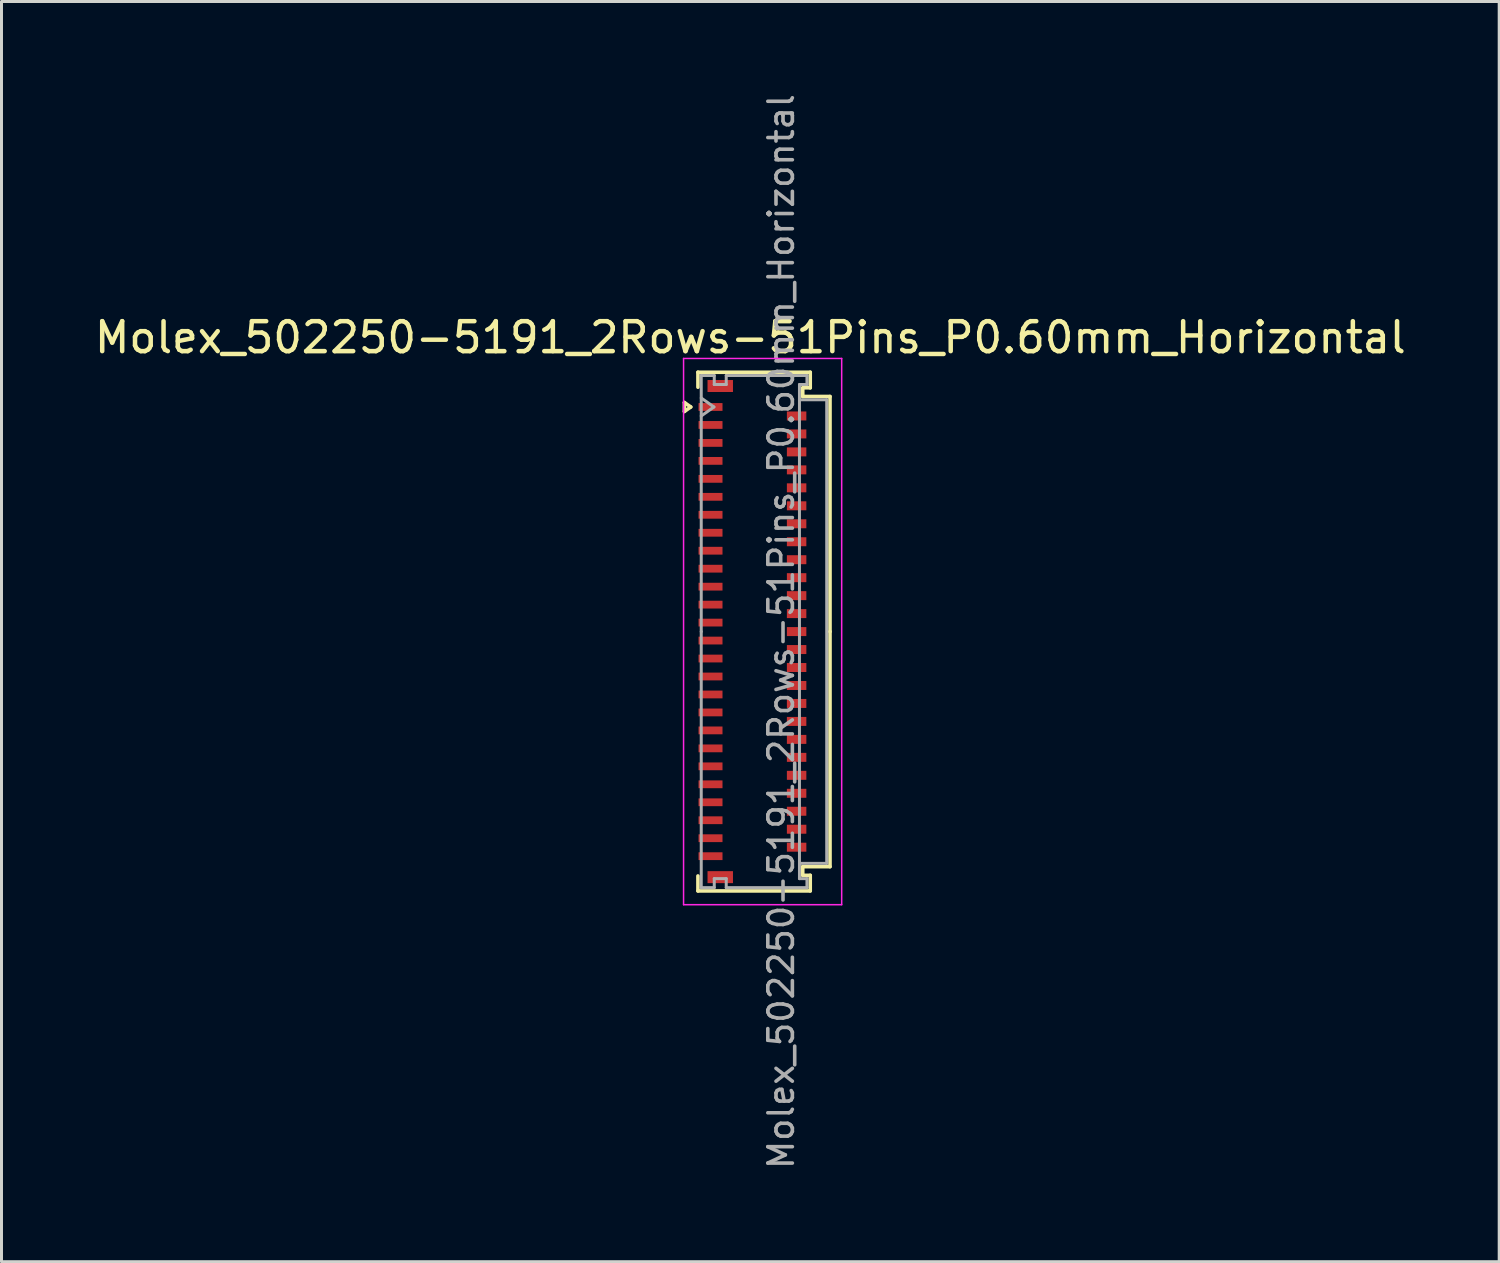
<source format=kicad_pcb>
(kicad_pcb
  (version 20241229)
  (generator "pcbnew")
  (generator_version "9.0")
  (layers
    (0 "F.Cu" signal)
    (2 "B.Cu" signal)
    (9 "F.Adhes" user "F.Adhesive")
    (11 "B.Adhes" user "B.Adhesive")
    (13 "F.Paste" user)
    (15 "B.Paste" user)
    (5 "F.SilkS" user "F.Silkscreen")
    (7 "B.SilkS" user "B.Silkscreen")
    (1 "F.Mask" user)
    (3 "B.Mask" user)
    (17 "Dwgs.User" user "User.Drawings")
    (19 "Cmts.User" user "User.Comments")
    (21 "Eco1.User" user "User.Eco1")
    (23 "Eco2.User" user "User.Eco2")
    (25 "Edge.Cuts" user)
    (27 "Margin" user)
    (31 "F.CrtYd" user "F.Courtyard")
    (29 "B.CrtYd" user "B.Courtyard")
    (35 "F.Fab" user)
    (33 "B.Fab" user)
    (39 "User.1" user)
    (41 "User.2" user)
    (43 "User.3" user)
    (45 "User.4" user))
  (footprint "Molex_502250-5191_2Rows-51Pins_P0.60mm_Horizontal"
    (layer "F.Cu")
    (at 22.076 18.04)
    (property "Reference" "Molex_502250-5191_2Rows-51Pins_P0.60mm_Horizontal" (at -0.07 -9.82 0) (layer "F.SilkS") (effects (font (size 1 1) (thickness 0.15))))
    (attr smd)
    (fp_line (start -2.272 -7.65) (end -2.06 -7.5) (stroke (width 0.12) (type solid)) (layer "F.SilkS"))
    (fp_line (start -2.272 -7.35) (end -2.272 -7.65) (stroke (width 0.12) (type solid)) (layer "F.SilkS"))
    (fp_line (start -2.06 -7.5) (end -2.272 -7.35) (stroke (width 0.12) (type solid)) (layer "F.SilkS"))
    (fp_line (start -1.82 -8.66) (end 1.93 -8.66) (stroke (width 0.12) (type solid)) (layer "F.SilkS"))
    (fp_line (start -1.82 -8.16) (end -1.82 -8.66) (stroke (width 0.12) (type solid)) (layer "F.SilkS"))
    (fp_line (start -1.82 8.16) (end -1.82 8.66) (stroke (width 0.12) (type solid)) (layer "F.SilkS"))
    (fp_line (start -1.82 8.66) (end 1.93 8.66) (stroke (width 0.12) (type solid)) (layer "F.SilkS"))
    (fp_line (start 1.68 -8.14) (end 1.68 -7.85) (stroke (width 0.12) (type solid)) (layer "F.SilkS"))
    (fp_line (start 1.68 -7.85) (end 2.59 -7.85) (stroke (width 0.12) (type solid)) (layer "F.SilkS"))
    (fp_line (start 1.68 7.85) (end 2.59 7.85) (stroke (width 0.12) (type solid)) (layer "F.SilkS"))
    (fp_line (start 1.68 8.14) (end 1.68 7.85) (stroke (width 0.12) (type solid)) (layer "F.SilkS"))
    (fp_line (start 1.93 -8.66) (end 1.93 -8.14) (stroke (width 0.12) (type solid)) (layer "F.SilkS"))
    (fp_line (start 1.93 -8.14) (end 1.68 -8.14) (stroke (width 0.12) (type solid)) (layer "F.SilkS"))
    (fp_line (start 1.93 8.14) (end 1.68 8.14) (stroke (width 0.12) (type solid)) (layer "F.SilkS"))
    (fp_line (start 1.93 8.66) (end 1.93 8.14) (stroke (width 0.12) (type solid)) (layer "F.SilkS"))
    (fp_line (start 2.59 -7.85) (end 2.59 0) (stroke (width 0.12) (type solid)) (layer "F.SilkS"))
    (fp_line (start 2.59 7.85) (end 2.59 0) (stroke (width 0.12) (type solid)) (layer "F.SilkS"))
    (fp_line (start -2.3 -9.12) (end -2.3 9.12) (stroke (width 0.05) (type solid)) (layer "F.CrtYd"))
    (fp_line (start -2.3 9.12) (end 2.98 9.12) (stroke (width 0.05) (type solid)) (layer "F.CrtYd"))
    (fp_line (start 2.98 -9.12) (end -2.3 -9.12) (stroke (width 0.05) (type solid)) (layer "F.CrtYd"))
    (fp_line (start 2.98 9.12) (end 2.98 -9.12) (stroke (width 0.05) (type solid)) (layer "F.CrtYd"))
    (fp_line (start -1.71 -8.55) (end -1.275 -8.55) (stroke (width 0.1) (type solid)) (layer "F.Fab"))
    (fp_line (start -1.71 -7.8) (end -1.286 -7.5) (stroke (width 0.1) (type solid)) (layer "F.Fab"))
    (fp_line (start -1.71 0) (end -1.71 -8.55) (stroke (width 0.1) (type solid)) (layer "F.Fab"))
    (fp_line (start -1.71 0) (end -1.71 8.55) (stroke (width 0.1) (type solid)) (layer "F.Fab"))
    (fp_line (start -1.71 8.55) (end -1.275 8.55) (stroke (width 0.1) (type solid)) (layer "F.Fab"))
    (fp_line (start -1.286 -7.5) (end -1.71 -7.2) (stroke (width 0.1) (type solid)) (layer "F.Fab"))
    (fp_line (start -1.275 -8.55) (end -1.275 -8.25) (stroke (width 0.1) (type solid)) (layer "F.Fab"))
    (fp_line (start -1.275 -8.25) (end -0.875 -8.25) (stroke (width 0.1) (type solid)) (layer "F.Fab"))
    (fp_line (start -1.275 8.25) (end -0.875 8.25) (stroke (width 0.1) (type solid)) (layer "F.Fab"))
    (fp_line (start -1.275 8.55) (end -1.275 8.25) (stroke (width 0.1) (type solid)) (layer "F.Fab"))
    (fp_line (start -0.875 -8.55) (end 1.82 -8.55) (stroke (width 0.1) (type solid)) (layer "F.Fab"))
    (fp_line (start -0.875 -8.25) (end -0.875 -8.55) (stroke (width 0.1) (type solid)) (layer "F.Fab"))
    (fp_line (start -0.875 8.25) (end -0.875 8.55) (stroke (width 0.1) (type solid)) (layer "F.Fab"))
    (fp_line (start -0.875 8.55) (end 1.82 8.55) (stroke (width 0.1) (type solid)) (layer "F.Fab"))
    (fp_line (start 1.57 -8.25) (end 1.57 0) (stroke (width 0.1) (type solid)) (layer "F.Fab"))
    (fp_line (start 1.57 -7.74) (end 2.48 -7.74) (stroke (width 0.1) (type solid)) (layer "F.Fab"))
    (fp_line (start 1.57 8.25) (end 1.57 0) (stroke (width 0.1) (type solid)) (layer "F.Fab"))
    (fp_line (start 1.82 -8.55) (end 1.82 -8.25) (stroke (width 0.1) (type solid)) (layer "F.Fab"))
    (fp_line (start 1.82 -8.25) (end 1.57 -8.25) (stroke (width 0.1) (type solid)) (layer "F.Fab"))
    (fp_line (start 1.82 8.25) (end 1.57 8.25) (stroke (width 0.1) (type solid)) (layer "F.Fab"))
    (fp_line (start 1.82 8.55) (end 1.82 8.25) (stroke (width 0.1) (type solid)) (layer "F.Fab"))
    (fp_line (start 2.48 -7.74) (end 2.48 7.74) (stroke (width 0.1) (type solid)) (layer "F.Fab"))
    (fp_line (start 2.48 7.74) (end 1.57 7.74) (stroke (width 0.1) (type solid)) (layer "F.Fab"))
    (fp_text user "${REFERENCE}" (at 0.96 0 90) (layer "F.Fab") (effects (font (size 0.82 0.82) (thickness 0.12))))
    (pad "" smd rect (at -1.075 -8.2) (size 0.85 0.4) (layers "F.Cu" "F.Mask" "F.Paste"))
    (pad "" smd rect (at -1.075 8.2) (size 0.85 0.4) (layers "F.Cu" "F.Mask" "F.Paste"))
    (pad "1" smd rect (at -1.4 -7.5) (size 0.8 0.26) (layers "F.Cu" "F.Mask" "F.Paste"))
    (pad "2" smd rect (at 1.475 -7.2) (size 0.65 0.3) (layers "F.Cu" "F.Mask" "F.Paste"))
    (pad "3" smd rect (at -1.4 -6.9) (size 0.8 0.26) (layers "F.Cu" "F.Mask" "F.Paste"))
    (pad "4" smd rect (at 1.475 -6.6) (size 0.65 0.3) (layers "F.Cu" "F.Mask" "F.Paste"))
    (pad "5" smd rect (at -1.4 -6.3) (size 0.8 0.26) (layers "F.Cu" "F.Mask" "F.Paste"))
    (pad "6" smd rect (at 1.475 -6) (size 0.65 0.3) (layers "F.Cu" "F.Mask" "F.Paste"))
    (pad "7" smd rect (at -1.4 -5.7) (size 0.8 0.26) (layers "F.Cu" "F.Mask" "F.Paste"))
    (pad "8" smd rect (at 1.475 -5.4) (size 0.65 0.3) (layers "F.Cu" "F.Mask" "F.Paste"))
    (pad "9" smd rect (at -1.4 -5.1) (size 0.8 0.26) (layers "F.Cu" "F.Mask" "F.Paste"))
    (pad "10" smd rect (at 1.475 -4.8) (size 0.65 0.3) (layers "F.Cu" "F.Mask" "F.Paste"))
    (pad "11" smd rect (at -1.4 -4.5) (size 0.8 0.26) (layers "F.Cu" "F.Mask" "F.Paste"))
    (pad "12" smd rect (at 1.475 -4.2) (size 0.65 0.3) (layers "F.Cu" "F.Mask" "F.Paste"))
    (pad "13" smd rect (at -1.4 -3.9) (size 0.8 0.26) (layers "F.Cu" "F.Mask" "F.Paste"))
    (pad "14" smd rect (at 1.475 -3.6) (size 0.65 0.3) (layers "F.Cu" "F.Mask" "F.Paste"))
    (pad "15" smd rect (at -1.4 -3.3) (size 0.8 0.26) (layers "F.Cu" "F.Mask" "F.Paste"))
    (pad "16" smd rect (at 1.475 -3) (size 0.65 0.3) (layers "F.Cu" "F.Mask" "F.Paste"))
    (pad "17" smd rect (at -1.4 -2.7) (size 0.8 0.26) (layers "F.Cu" "F.Mask" "F.Paste"))
    (pad "18" smd rect (at 1.475 -2.4) (size 0.65 0.3) (layers "F.Cu" "F.Mask" "F.Paste"))
    (pad "19" smd rect (at -1.4 -2.1) (size 0.8 0.26) (layers "F.Cu" "F.Mask" "F.Paste"))
    (pad "20" smd rect (at 1.475 -1.8) (size 0.65 0.3) (layers "F.Cu" "F.Mask" "F.Paste"))
    (pad "21" smd rect (at -1.4 -1.5) (size 0.8 0.26) (layers "F.Cu" "F.Mask" "F.Paste"))
    (pad "22" smd rect (at 1.475 -1.2) (size 0.65 0.3) (layers "F.Cu" "F.Mask" "F.Paste"))
    (pad "23" smd rect (at -1.4 -0.9) (size 0.8 0.26) (layers "F.Cu" "F.Mask" "F.Paste"))
    (pad "24" smd rect (at 1.475 -0.6) (size 0.65 0.3) (layers "F.Cu" "F.Mask" "F.Paste"))
    (pad "25" smd rect (at -1.4 -0.3) (size 0.8 0.26) (layers "F.Cu" "F.Mask" "F.Paste"))
    (pad "26" smd rect (at 1.475 0) (size 0.65 0.3) (layers "F.Cu" "F.Mask" "F.Paste"))
    (pad "27" smd rect (at -1.4 0.3) (size 0.8 0.26) (layers "F.Cu" "F.Mask" "F.Paste"))
    (pad "28" smd rect (at 1.475 0.6) (size 0.65 0.3) (layers "F.Cu" "F.Mask" "F.Paste"))
    (pad "29" smd rect (at -1.4 0.9) (size 0.8 0.26) (layers "F.Cu" "F.Mask" "F.Paste"))
    (pad "30" smd rect (at 1.475 1.2) (size 0.65 0.3) (layers "F.Cu" "F.Mask" "F.Paste"))
    (pad "31" smd rect (at -1.4 1.5) (size 0.8 0.26) (layers "F.Cu" "F.Mask" "F.Paste"))
    (pad "32" smd rect (at 1.475 1.8) (size 0.65 0.3) (layers "F.Cu" "F.Mask" "F.Paste"))
    (pad "33" smd rect (at -1.4 2.1) (size 0.8 0.26) (layers "F.Cu" "F.Mask" "F.Paste"))
    (pad "34" smd rect (at 1.475 2.4) (size 0.65 0.3) (layers "F.Cu" "F.Mask" "F.Paste"))
    (pad "35" smd rect (at -1.4 2.7) (size 0.8 0.26) (layers "F.Cu" "F.Mask" "F.Paste"))
    (pad "36" smd rect (at 1.475 3) (size 0.65 0.3) (layers "F.Cu" "F.Mask" "F.Paste"))
    (pad "37" smd rect (at -1.4 3.3) (size 0.8 0.26) (layers "F.Cu" "F.Mask" "F.Paste"))
    (pad "38" smd rect (at 1.475 3.6) (size 0.65 0.3) (layers "F.Cu" "F.Mask" "F.Paste"))
    (pad "39" smd rect (at -1.4 3.9) (size 0.8 0.26) (layers "F.Cu" "F.Mask" "F.Paste"))
    (pad "40" smd rect (at 1.475 4.2) (size 0.65 0.3) (layers "F.Cu" "F.Mask" "F.Paste"))
    (pad "41" smd rect (at -1.4 4.5) (size 0.8 0.26) (layers "F.Cu" "F.Mask" "F.Paste"))
    (pad "42" smd rect (at 1.475 4.8) (size 0.65 0.3) (layers "F.Cu" "F.Mask" "F.Paste"))
    (pad "43" smd rect (at -1.4 5.1) (size 0.8 0.26) (layers "F.Cu" "F.Mask" "F.Paste"))
    (pad "44" smd rect (at 1.475 5.4) (size 0.65 0.3) (layers "F.Cu" "F.Mask" "F.Paste"))
    (pad "45" smd rect (at -1.4 5.7) (size 0.8 0.26) (layers "F.Cu" "F.Mask" "F.Paste"))
    (pad "46" smd rect (at 1.475 6) (size 0.65 0.3) (layers "F.Cu" "F.Mask" "F.Paste"))
    (pad "47" smd rect (at -1.4 6.3) (size 0.8 0.26) (layers "F.Cu" "F.Mask" "F.Paste"))
    (pad "48" smd rect (at 1.475 6.6) (size 0.65 0.3) (layers "F.Cu" "F.Mask" "F.Paste"))
    (pad "49" smd rect (at -1.4 6.9) (size 0.8 0.26) (layers "F.Cu" "F.Mask" "F.Paste"))
    (pad "50" smd rect (at 1.475 7.2) (size 0.65 0.3) (layers "F.Cu" "F.Mask" "F.Paste"))
    (pad "51" smd rect (at -1.4 7.5) (size 0.8 0.26) (layers "F.Cu" "F.Mask" "F.Paste")))
  (gr_rect
    (start -3 -3)
    (end 47.012 39.081)
    (stroke (width 0.1) (type default))
    (fill no)
    (layer "Edge.Cuts")))
</source>
